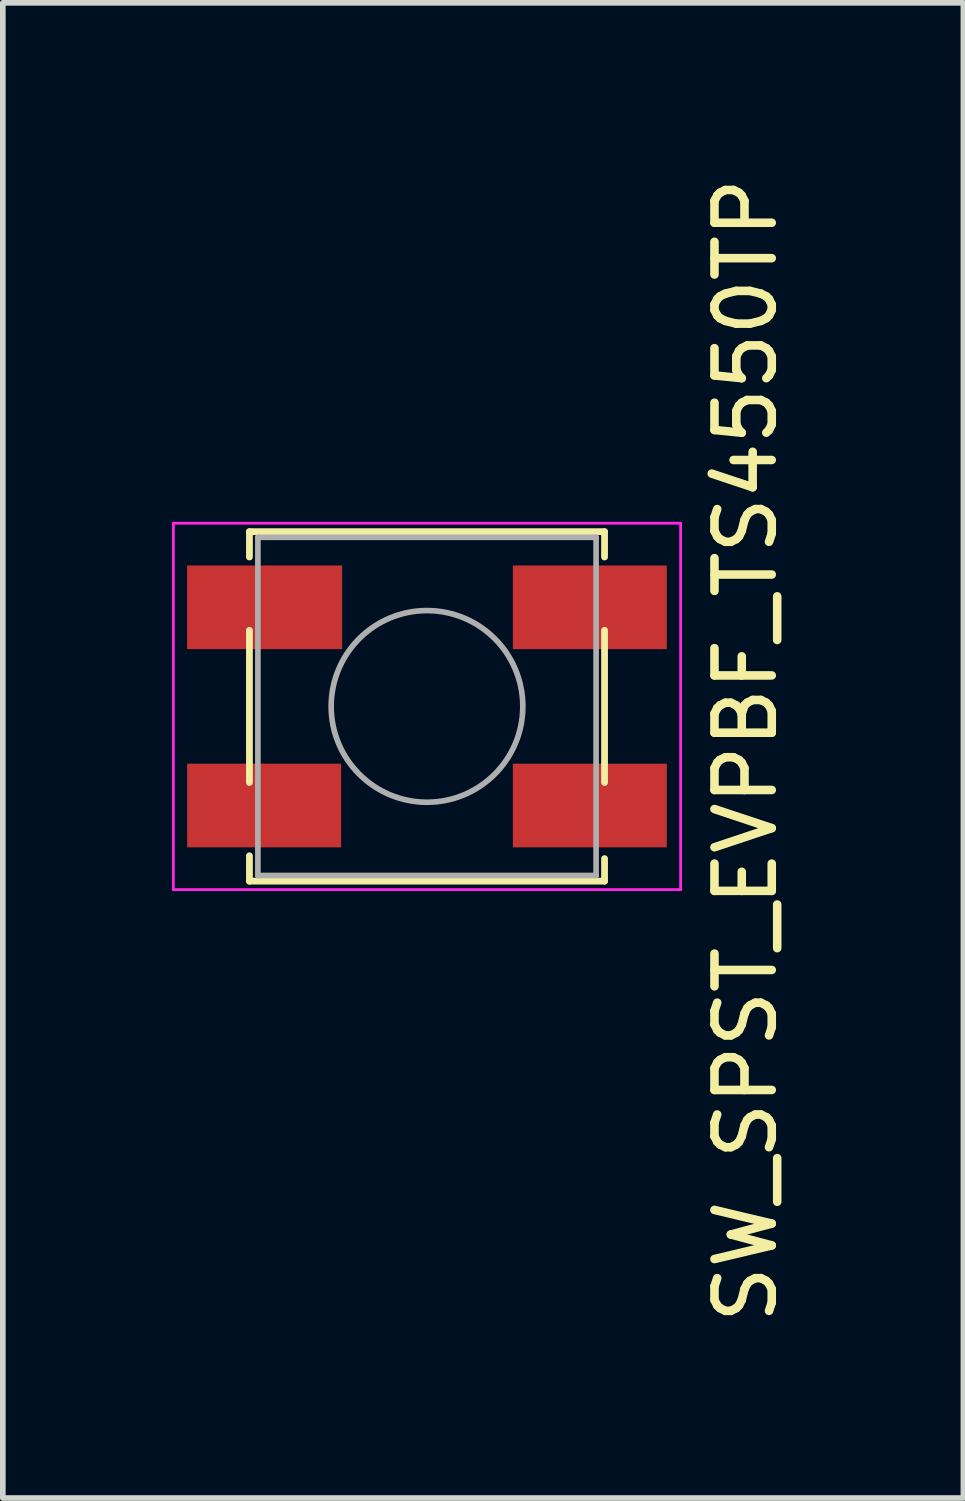
<source format=kicad_pcb>
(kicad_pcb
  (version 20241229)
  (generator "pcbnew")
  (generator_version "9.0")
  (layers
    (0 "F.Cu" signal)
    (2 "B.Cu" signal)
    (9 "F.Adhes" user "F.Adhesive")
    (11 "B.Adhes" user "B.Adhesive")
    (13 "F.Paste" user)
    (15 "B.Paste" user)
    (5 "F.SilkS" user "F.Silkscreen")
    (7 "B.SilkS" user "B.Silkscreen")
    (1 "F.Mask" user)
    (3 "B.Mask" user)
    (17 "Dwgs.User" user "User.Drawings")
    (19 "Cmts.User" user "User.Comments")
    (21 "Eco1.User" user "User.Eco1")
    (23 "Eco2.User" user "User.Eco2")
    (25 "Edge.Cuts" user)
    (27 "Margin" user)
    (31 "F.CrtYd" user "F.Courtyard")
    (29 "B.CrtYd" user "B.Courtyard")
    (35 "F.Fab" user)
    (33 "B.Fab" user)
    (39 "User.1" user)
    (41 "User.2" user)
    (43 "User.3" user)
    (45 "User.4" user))
  (footprint "SW_SPST_EVPBF_TS4550TP"
    (layer "F.Cu")
    (at 4.525 9.482)
    (property "Reference" "SW_SPST_EVPBF_TS4550TP" (at 5.654 0.781 270) (layer "F.SilkS") (effects (font (size 1.016 1.016) (thickness 0.152))))
    (attr smd)
    (fp_line (start -3.15 -3.1) (end 3.15 -3.1) (stroke (width 0.12) (type solid)) (layer "F.SilkS"))
    (fp_line (start -3.15 -2.65) (end -3.15 -3.1) (stroke (width 0.12) (type solid)) (layer "F.SilkS"))
    (fp_line (start -3.15 1.35) (end -3.15 -1.35) (stroke (width 0.12) (type solid)) (layer "F.SilkS"))
    (fp_line (start -3.15 2.65) (end -3.15 3.1) (stroke (width 0.12) (type solid)) (layer "F.SilkS"))
    (fp_line (start -3.15 3.1) (end 3.15 3.1) (stroke (width 0.12) (type solid)) (layer "F.SilkS"))
    (fp_line (start 3.15 -3.1) (end 3.15 -2.65) (stroke (width 0.12) (type solid)) (layer "F.SilkS"))
    (fp_line (start 3.15 -1.35) (end 3.15 1.35) (stroke (width 0.12) (type solid)) (layer "F.SilkS"))
    (fp_line (start 3.15 3.1) (end 3.15 2.7) (stroke (width 0.12) (type solid)) (layer "F.SilkS"))
    (fp_line (start -4.5 -3.25) (end 4.5 -3.25) (stroke (width 0.05) (type solid)) (layer "F.CrtYd"))
    (fp_line (start -4.5 3.25) (end -4.5 -3.25) (stroke (width 0.05) (type solid)) (layer "F.CrtYd"))
    (fp_line (start 4.5 -3.25) (end 4.5 3.25) (stroke (width 0.05) (type solid)) (layer "F.CrtYd"))
    (fp_line (start 4.5 3.25) (end -4.5 3.25) (stroke (width 0.05) (type solid)) (layer "F.CrtYd"))
    (fp_line (start -3 -3) (end 3 -3) (stroke (width 0.1) (type solid)) (layer "F.Fab"))
    (fp_line (start -3 3) (end -3 -3) (stroke (width 0.1) (type solid)) (layer "F.Fab"))
    (fp_line (start 3 -3) (end 3 3) (stroke (width 0.1) (type solid)) (layer "F.Fab"))
    (fp_line (start 3 3) (end -3 3) (stroke (width 0.1) (type solid)) (layer "F.Fab"))
    (fp_circle (center 0 0) (end 1.7 0) (stroke (width 0.1) (type solid)) (fill no) (layer "F.Fab"))
    (pad "1" smd rect (at -2.88 -1.758) (size 2.75 1.484) (layers "F.Cu" "F.Mask" "F.Paste"))
    (pad "1" smd rect (at 2.889 -1.758) (size 2.731 1.484) (layers "F.Cu" "F.Mask" "F.Paste"))
    (pad "2" smd rect (at -2.889 1.758) (size 2.731 1.484) (layers "F.Cu" "F.Mask" "F.Paste"))
    (pad "2" smd rect (at 2.889 1.758) (size 2.731 1.484) (layers "F.Cu" "F.Mask" "F.Paste")))
  (gr_rect
    (start -3 -3)
    (end 14.041 23.526)
    (stroke (width 0.1) (type default))
    (fill no)
    (layer "Edge.Cuts")))
</source>
